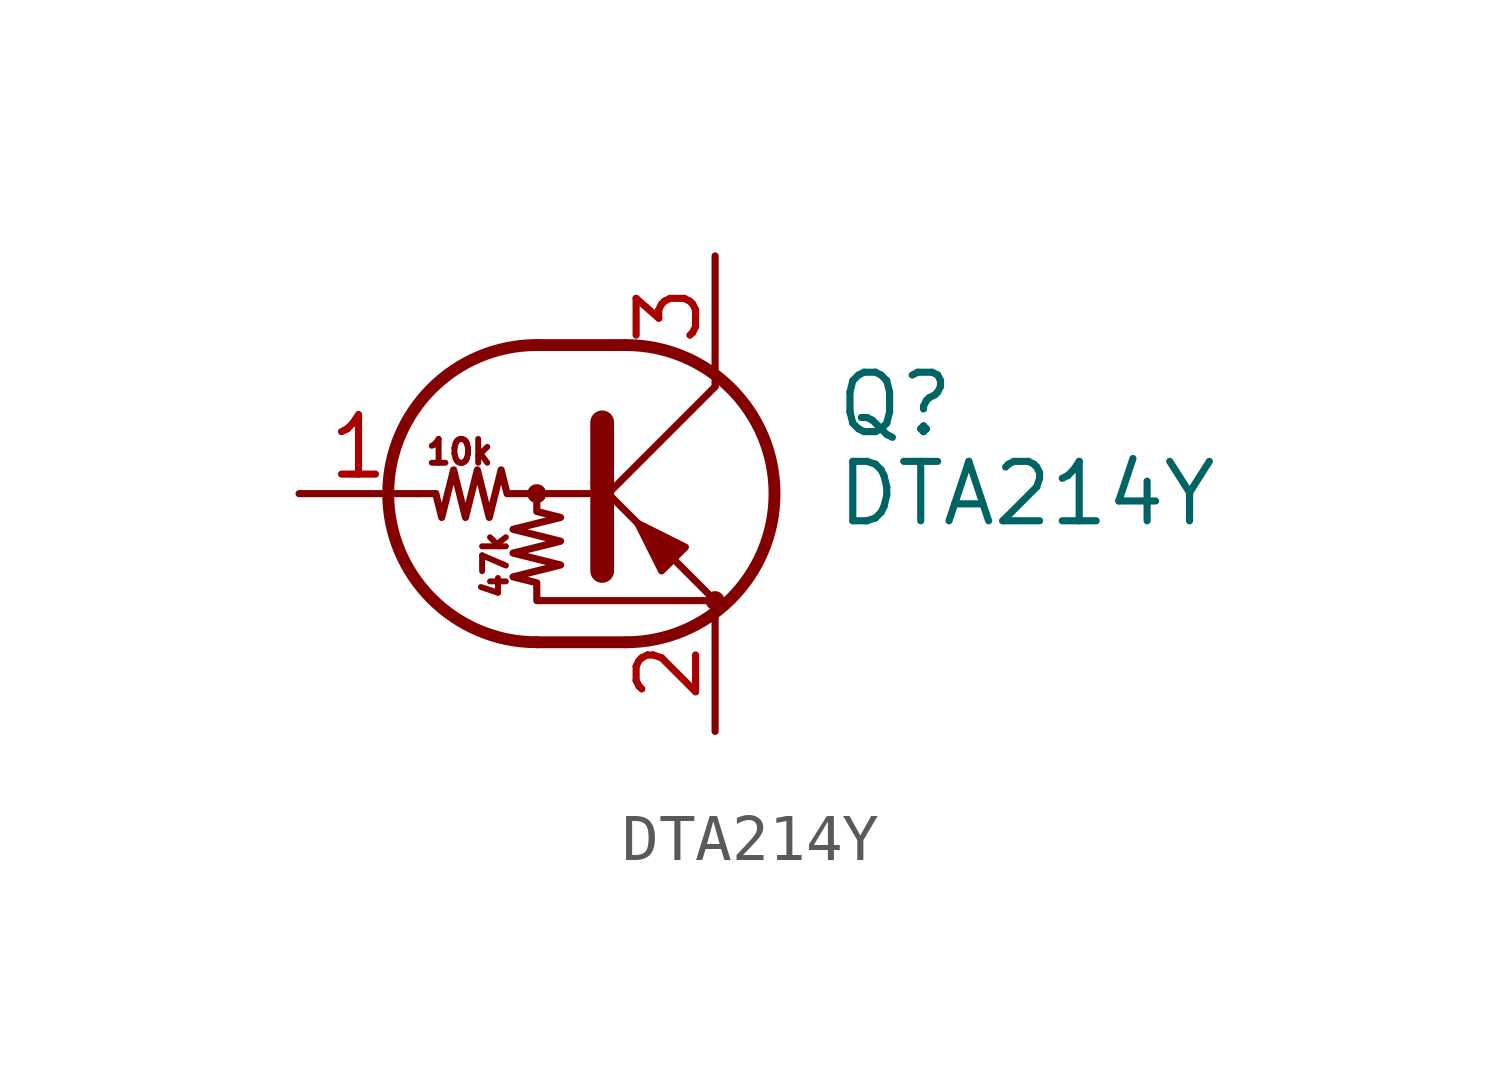
<source format=kicad_sym>
(kicad_symbol_lib
  (version 20211014)
  (generator kicad_symbol_editor)
  (symbol "DTA214Y"
    (pin_names
      (offset 0) hide)
    (property "Reference" "Q"
      (at 5.08 1.905 0)
      (effects (font (size 1.27 1.27)) (justify left)))
    (property "Value" "DTA214Y"
      (at 5.08 0 0)
      (effects (font (size 1.27 1.27)) (justify left)))
    (symbol "DTA214Y_0_0"
      (text "10k" (at -2.921 0.889 0) (effects (font (size 0.508 0.508))))
      (text "47k" (at -2.159 -1.524 900) (effects (font (size 0.508 0.508)))))
    (symbol "DTA214Y_0_1"
      (circle (center -1.27 0) (radius 0.127) (stroke (width 0) (type default) (color 0 0 0 0)) (fill (type none)))
      (arc (start -1.27 3.175) (mid -4.445 0) (end -1.27 -3.175) (stroke (width 0.254) (type default) (color 0 0 0 0)) (fill (type none)))
      (polyline (pts (xy -3.429 0) (xy -3.81 0)) (stroke (width 0) (type default) (color 0 0 0 0)) (fill (type none)))
      (polyline (pts (xy -1.27 -3.175) (xy 0.635 -3.175)) (stroke (width 0.254) (type default) (color 0 0 0 0)) (fill (type none)))
      (polyline (pts (xy -1.27 3.175) (xy 0.635 3.175)) (stroke (width 0.254) (type default) (color 0 0 0 0)) (fill (type none)))
      (polyline (pts (xy 0 -0.254) (xy 2.54 2.286)) (stroke (width 0) (type default) (color 0 0 0 0)) (fill (type none)))
      (polyline (pts (xy 0.127 1.524) (xy 0.127 -1.651)) (stroke (width 0.508) (type default) (color 0 0 0 0)) (fill (type outline)))
      (polyline (pts (xy 2.54 2.286) (xy 2.54 2.54)) (stroke (width 0) (type default) (color 0 0 0 0)) (fill (type none)))
      (polyline (pts (xy 2.54 -2.286) (xy 0 0.254) (xy 0 0.254)) (stroke (width 0) (type default) (color 0 0 0 0)) (fill (type none)))
      (polyline (pts (xy 1.397 -1.651) (xy 1.905 -1.143) (xy 0.889 -0.635) (xy 1.397 -1.651)) (stroke (width 0) (type default) (color 0 0 0 0)) (fill (type outline)))
      (polyline (pts (xy 0 0) (xy -1.905 0) (xy -2.032 0.508) (xy -2.286 -0.508) (xy -2.54 0.508) (xy -2.794 -0.508) (xy -3.048 0.508) (xy -3.302 -0.508) (xy -3.429 0)) (stroke (width 0) (type default) (color 0 0 0 0)) (fill (type none)))
      (polyline (pts (xy -1.27 0) (xy -1.27 -0.381) (xy -0.762 -0.508) (xy -1.778 -0.762) (xy -0.762 -1.016) (xy -1.778 -1.27) (xy -0.762 -1.524) (xy -1.778 -1.778) (xy -1.27 -1.905) (xy -1.27 -2.286) (xy 2.54 -2.286)) (stroke (width 0) (type default) (color 0 0 0 0)) (fill (type none)))
      (arc (start 0.635 -3.175) (mid 3.81 0) (end 0.635 3.175) (stroke (width 0.254) (type default) (color 0 0 0 0)) (fill (type none)))
      (circle (center 2.54 -2.286) (radius 0.127) (stroke (width 0) (type default) (color 0 0 0 0)) (fill (type none))))
    (symbol "DTA214Y_1_1"
      (pin input line (at -6.35 0 0) (length 2.54) (name "B" (effects (font (size 1.27 1.27)))) (number "1" (effects (font (size 1.27 1.27)))))
      (pin passive line (at 2.54 -5.08 90) (length 2.54) (name "E" (effects (font (size 1.27 1.27)))) (number "2" (effects (font (size 1.27 1.27)))))
      (pin passive line (at 2.54 5.08 270) (length 2.54) (name "C" (effects (font (size 1.27 1.27)))) (number "3" (effects (font (size 1.27 1.27))))))))
</source>
